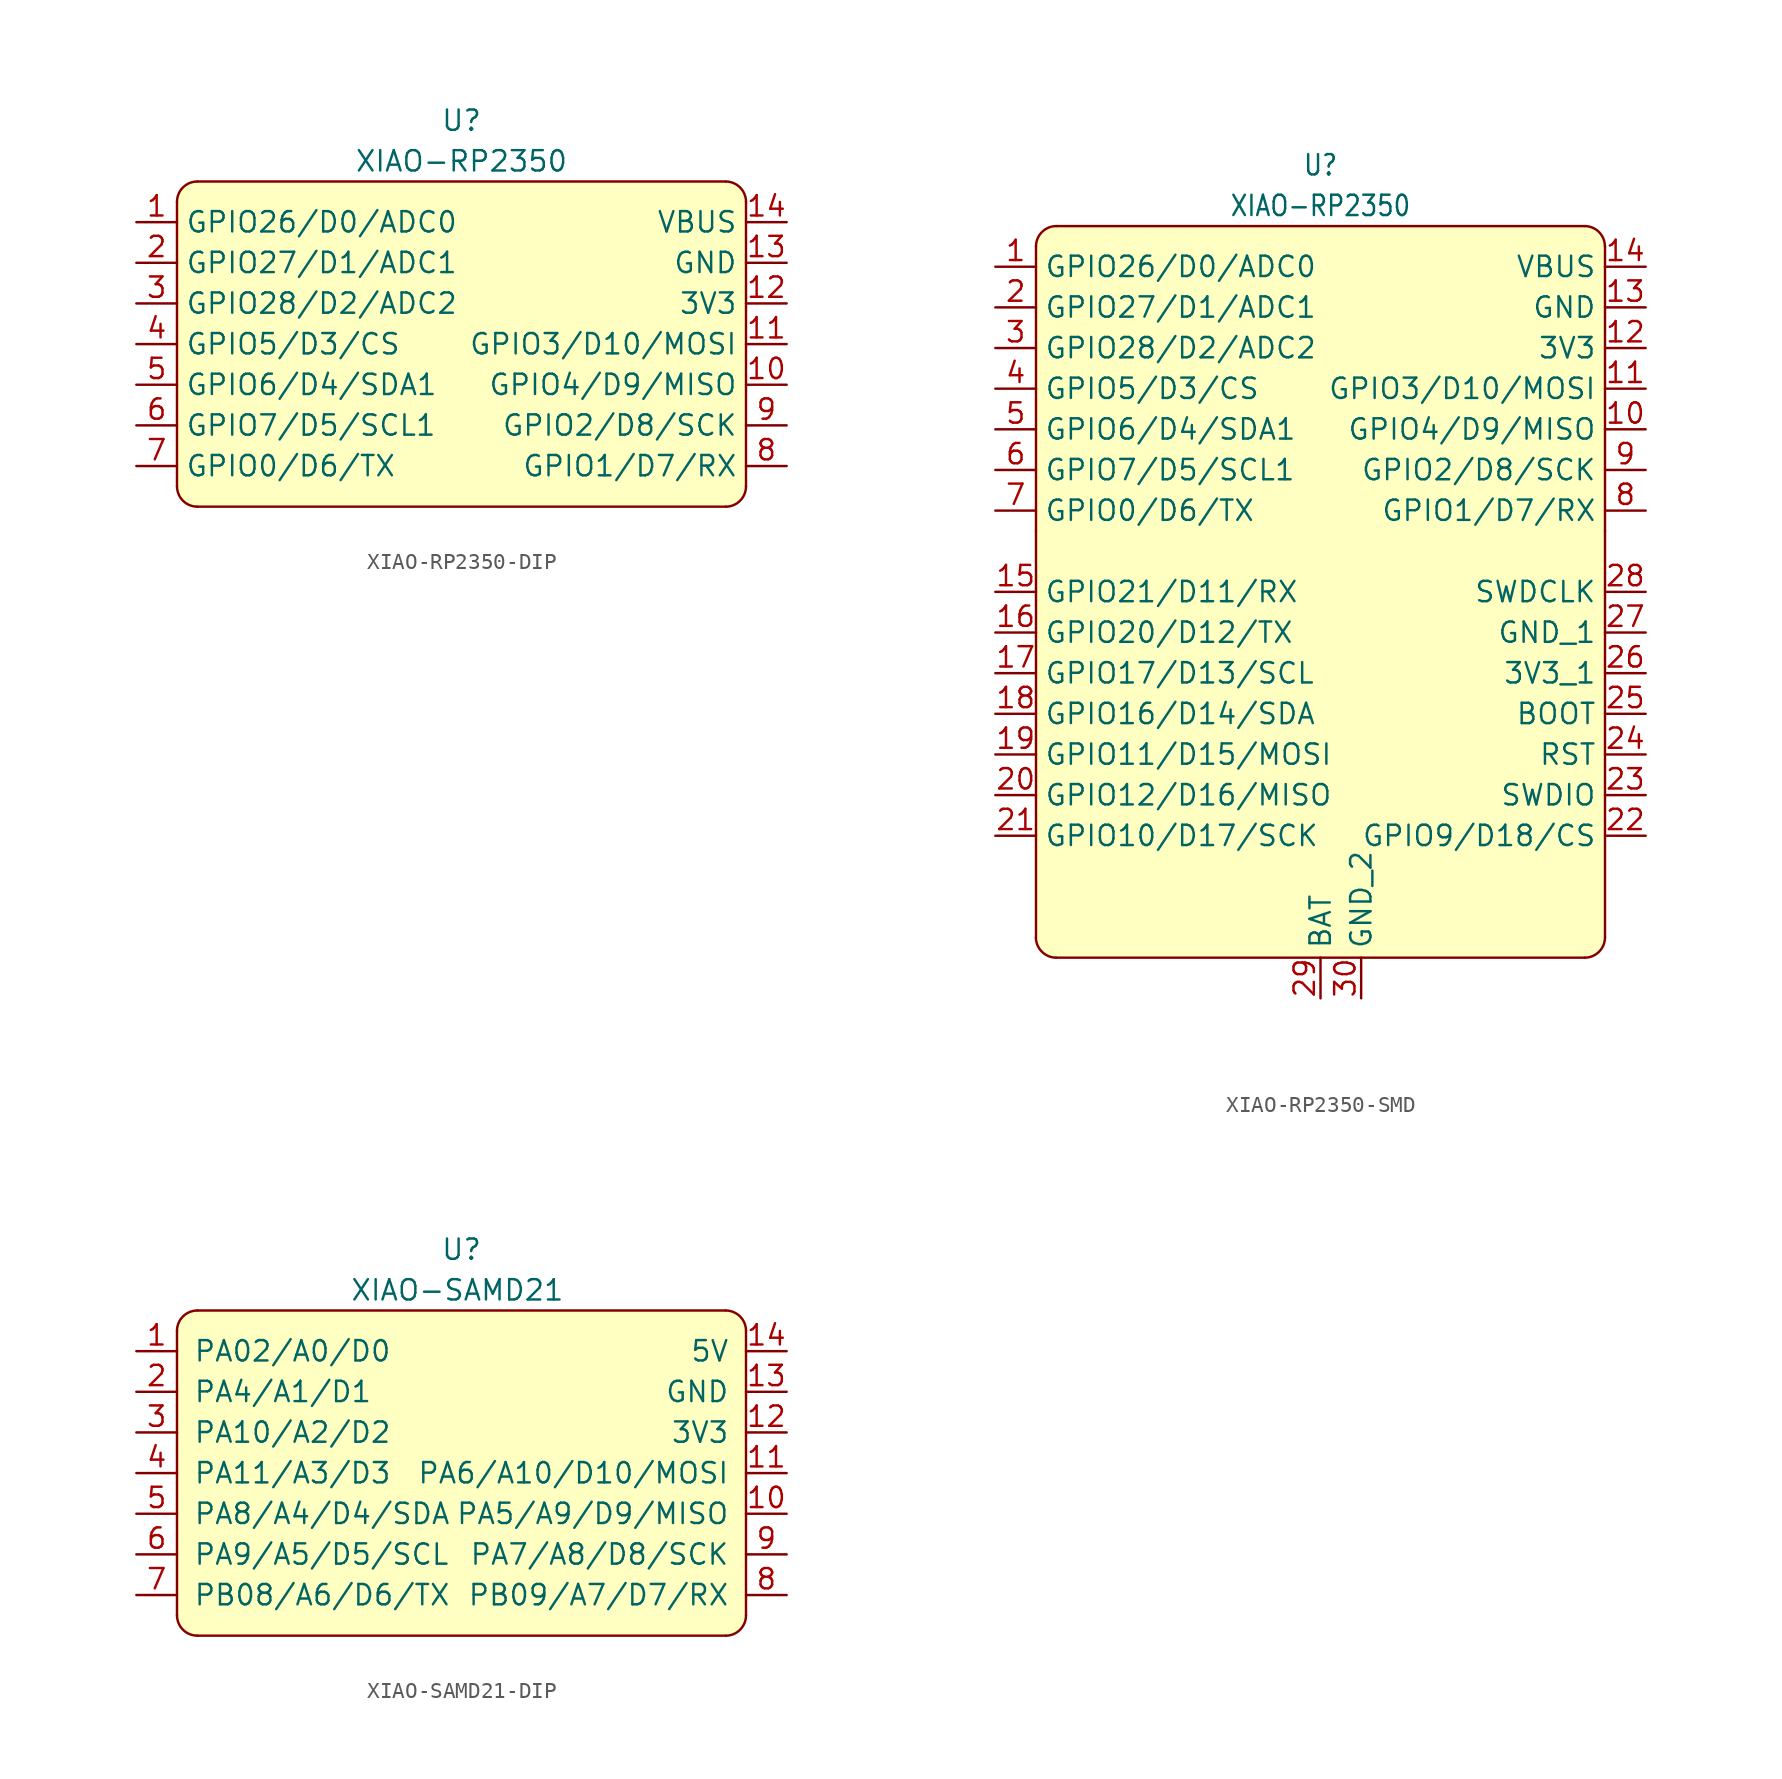
<source format=kicad_sym>
(kicad_symbol_lib
  (version 20241209)
  (generator "kicad_symbol_editor")
  (generator_version "9.0")
  (symbol "XIAO-RP2350-DIP"
    (property "Reference" "U"
      (at 0 13.97 0)
      (effects (font (size 1.27 1.27))))
    (property "Value" "XIAO-RP2350"
      (at 0 11.43 0)
      (effects (font (size 1.27 1.27))))
    (symbol "XIAO-RP2350-DIP_1_0"
      (pin passive line (at -20.32 7.62 0) (length 2.54) (name "GPIO26/D0/ADC0" (effects (font (size 1.27 1.27)))) (number "1" (effects (font (size 1.27 1.27)))))
      (pin passive line (at -20.32 5.08 0) (length 2.54) (name "GPIO27/D1/ADC1" (effects (font (size 1.27 1.27)))) (number "2" (effects (font (size 1.27 1.27)))))
      (pin passive line (at -20.32 2.54 0) (length 2.54) (name "GPIO28/D2/ADC2" (effects (font (size 1.27 1.27)))) (number "3" (effects (font (size 1.27 1.27)))))
      (pin passive line (at -20.32 0 0) (length 2.54) (name "GPIO5/D3/CS" (effects (font (size 1.27 1.27)))) (number "4" (effects (font (size 1.27 1.27)))))
      (pin passive line (at -20.32 -2.54 0) (length 2.54) (name "GPIO6/D4/SDA1" (effects (font (size 1.27 1.27)))) (number "5" (effects (font (size 1.27 1.27)))))
      (pin passive line (at -20.32 -5.08 0) (length 2.54) (name "GPIO7/D5/SCL1" (effects (font (size 1.27 1.27)))) (number "6" (effects (font (size 1.27 1.27)))))
      (pin passive line (at -20.32 -7.62 0) (length 2.54) (name "GPIO0/D6/TX" (effects (font (size 1.27 1.27)))) (number "7" (effects (font (size 1.27 1.27)))))
      (pin passive line (at 20.32 7.62 180) (length 2.54) (name "VBUS" (effects (font (size 1.27 1.27)))) (number "14" (effects (font (size 1.27 1.27)))))
      (pin passive line (at 20.32 5.08 180) (length 2.54) (name "GND" (effects (font (size 1.27 1.27)))) (number "13" (effects (font (size 1.27 1.27)))))
      (pin passive line (at 20.32 2.54 180) (length 2.54) (name "3V3" (effects (font (size 1.27 1.27)))) (number "12" (effects (font (size 1.27 1.27)))))
      (pin passive line (at 20.32 0 180) (length 2.54) (name "GPIO3/D10/MOSI" (effects (font (size 1.27 1.27)))) (number "11" (effects (font (size 1.27 1.27)))))
      (pin passive line (at 20.32 -2.54 180) (length 2.54) (name "GPIO4/D9/MISO" (effects (font (size 1.27 1.27)))) (number "10" (effects (font (size 1.27 1.27)))))
      (pin passive line (at 20.32 -5.08 180) (length 2.54) (name "GPIO2/D8/SCK" (effects (font (size 1.27 1.27)))) (number "9" (effects (font (size 1.27 1.27)))))
      (pin passive line (at 20.32 -7.62 180) (length 2.54) (name "GPIO1/D7/RX" (effects (font (size 1.27 1.27)))) (number "8" (effects (font (size 1.27 1.27))))))
    (symbol "XIAO-RP2350-DIP_1_1"
      (rectangle (start -17.78 8.89) (end 17.78 -8.89) (stroke (width -0.0001) (type solid)) (fill (type background)))
      (polyline (pts (xy -17.78 -8.89) (xy -17.78 8.89)) (stroke (width 0) (type default)) (fill (type none)))
      (rectangle (start -16.51 10.16) (end 16.51 8.89) (stroke (width -0.0001) (type solid)) (fill (type background)))
      (polyline (pts (xy -16.51 10.16) (xy 16.51 10.16)) (stroke (width 0) (type default)) (fill (type none)))
      (circle (center -16.51 8.89) (radius 1.27) (stroke (width -0.0001) (type solid)) (fill (type background)))
      (circle (center -16.51 -8.89) (radius 1.27) (stroke (width -0.0001) (type solid)) (fill (type background)))
      (rectangle (start -16.51 -8.89) (end 16.51 -10.16) (stroke (width -0.0001) (type solid)) (fill (type background)))
      (polyline (pts (xy -16.51 -10.16) (xy 16.51 -10.16)) (stroke (width 0) (type default)) (fill (type none)))
      (arc (start -17.78 8.89) (mid -17.408 9.788) (end -16.51 10.16) (stroke (width 0) (type default)) (fill (type none)))
      (arc (start -16.51 -10.16) (mid -17.408 -9.788) (end -17.78 -8.89) (stroke (width 0) (type default)) (fill (type none)))
      (arc (start 16.51 10.16) (mid 17.408 9.788) (end 17.78 8.89) (stroke (width 0) (type default)) (fill (type none)))
      (circle (center 16.51 8.89) (radius 1.27) (stroke (width -0.0001) (type solid)) (fill (type background)))
      (circle (center 16.51 -8.89) (radius 1.27) (stroke (width -0.0001) (type solid)) (fill (type background)))
      (arc (start 17.78 -8.89) (mid 17.408 -9.788) (end 16.51 -10.16) (stroke (width 0) (type default)) (fill (type none)))
      (polyline (pts (xy 17.78 -8.89) (xy 17.78 8.89)) (stroke (width 0) (type default)) (fill (type none)))))
  (symbol "XIAO-RP2350-SMD"
    (property "Reference" "U"
      (at 0 13.97 0)
      (effects (font (size 1.27 1.079))))
    (property "Value" "XIAO-RP2350"
      (at 0 11.43 0)
      (effects (font (size 1.27 1.079))))
    (symbol "XIAO-RP2350-SMD_0_1"
      (polyline (pts (xy -17.78 -8.89) (xy -17.78 -34.29)) (stroke (width 0) (type default)) (fill (type none)))
      (polyline (pts (xy 17.78 -8.89) (xy 17.78 -34.29)) (stroke (width 0) (type default)) (fill (type none))))
    (symbol "XIAO-RP2350-SMD_1_0"
      (pin passive line (at -20.32 7.62 0) (length 2.54) (name "GPIO26/D0/ADC0" (effects (font (size 1.27 1.27)))) (number "1" (effects (font (size 1.27 1.27)))))
      (pin passive line (at -20.32 5.08 0) (length 2.54) (name "GPIO27/D1/ADC1" (effects (font (size 1.27 1.27)))) (number "2" (effects (font (size 1.27 1.27)))))
      (pin passive line (at -20.32 2.54 0) (length 2.54) (name "GPIO28/D2/ADC2" (effects (font (size 1.27 1.27)))) (number "3" (effects (font (size 1.27 1.27)))))
      (pin passive line (at -20.32 0 0) (length 2.54) (name "GPIO5/D3/CS" (effects (font (size 1.27 1.27)))) (number "4" (effects (font (size 1.27 1.27)))))
      (pin passive line (at -20.32 -2.54 0) (length 2.54) (name "GPIO6/D4/SDA1" (effects (font (size 1.27 1.27)))) (number "5" (effects (font (size 1.27 1.27)))))
      (pin passive line (at -20.32 -5.08 0) (length 2.54) (name "GPIO7/D5/SCL1" (effects (font (size 1.27 1.27)))) (number "6" (effects (font (size 1.27 1.27)))))
      (pin passive line (at -20.32 -7.62 0) (length 2.54) (name "GPIO0/D6/TX" (effects (font (size 1.27 1.27)))) (number "7" (effects (font (size 1.27 1.27)))))
      (pin passive line (at 20.32 7.62 180) (length 2.54) (name "VBUS" (effects (font (size 1.27 1.27)))) (number "14" (effects (font (size 1.27 1.27)))))
      (pin passive line (at 20.32 5.08 180) (length 2.54) (name "GND" (effects (font (size 1.27 1.27)))) (number "13" (effects (font (size 1.27 1.27)))))
      (pin passive line (at 20.32 2.54 180) (length 2.54) (name "3V3" (effects (font (size 1.27 1.27)))) (number "12" (effects (font (size 1.27 1.27)))))
      (pin passive line (at 20.32 0 180) (length 2.54) (name "GPIO3/D10/MOSI" (effects (font (size 1.27 1.27)))) (number "11" (effects (font (size 1.27 1.27)))))
      (pin passive line (at 20.32 -2.54 180) (length 2.54) (name "GPIO4/D9/MISO" (effects (font (size 1.27 1.27)))) (number "10" (effects (font (size 1.27 1.27)))))
      (pin passive line (at 20.32 -5.08 180) (length 2.54) (name "GPIO2/D8/SCK" (effects (font (size 1.27 1.27)))) (number "9" (effects (font (size 1.27 1.27)))))
      (pin passive line (at 20.32 -7.62 180) (length 2.54) (name "GPIO1/D7/RX" (effects (font (size 1.27 1.27)))) (number "8" (effects (font (size 1.27 1.27))))))
    (symbol "XIAO-RP2350-SMD_1_1"
      (rectangle (start -17.78 8.89) (end 17.78 -34.29) (stroke (width -0.0001) (type solid)) (fill (type background)))
      (polyline (pts (xy -17.78 -8.89) (xy -17.78 8.89)) (stroke (width 0) (type default)) (fill (type none)))
      (rectangle (start -16.51 10.16) (end 16.51 8.89) (stroke (width -0.0001) (type solid)) (fill (type background)))
      (polyline (pts (xy -16.51 10.16) (xy 16.51 10.16)) (stroke (width 0) (type default)) (fill (type none)))
      (circle (center -16.51 8.89) (radius 1.27) (stroke (width -0.0001) (type solid)) (fill (type background)))
      (circle (center -16.51 -34.29) (radius 1.27) (stroke (width -0.0001) (type solid)) (fill (type background)))
      (rectangle (start -16.51 -34.29) (end 16.51 -35.56) (stroke (width -0.0001) (type solid)) (fill (type background)))
      (polyline (pts (xy -16.51 -35.56) (xy 16.51 -35.56)) (stroke (width 0) (type default)) (fill (type none)))
      (arc (start -17.78 8.89) (mid -17.408 9.788) (end -16.51 10.16) (stroke (width 0) (type default)) (fill (type none)))
      (arc (start -16.51 -35.56) (mid -17.408 -35.188) (end -17.78 -34.29) (stroke (width 0) (type default)) (fill (type none)))
      (arc (start 16.51 10.16) (mid 17.408 9.788) (end 17.78 8.89) (stroke (width 0) (type default)) (fill (type none)))
      (circle (center 16.51 8.89) (radius 1.27) (stroke (width -0.0001) (type solid)) (fill (type background)))
      (circle (center 16.51 -34.29) (radius 1.27) (stroke (width -0.0001) (type solid)) (fill (type background)))
      (arc (start 17.78 -34.29) (mid 17.408 -35.188) (end 16.51 -35.56) (stroke (width 0) (type default)) (fill (type none)))
      (polyline (pts (xy 17.78 -8.89) (xy 17.78 8.89)) (stroke (width 0) (type default)) (fill (type none)))
      (pin passive line (at -20.32 -12.7 0) (length 2.54) (name "GPIO21/D11/RX" (effects (font (size 1.27 1.27)))) (number "15" (effects (font (size 1.27 1.27)))))
      (pin passive line (at -20.32 -15.24 0) (length 2.54) (name "GPIO20/D12/TX" (effects (font (size 1.27 1.27)))) (number "16" (effects (font (size 1.27 1.27)))))
      (pin passive line (at -20.32 -17.78 0) (length 2.54) (name "GPIO17/D13/SCL" (effects (font (size 1.27 1.27)))) (number "17" (effects (font (size 1.27 1.27)))))
      (pin passive line (at -20.32 -20.32 0) (length 2.54) (name "GPIO16/D14/SDA" (effects (font (size 1.27 1.27)))) (number "18" (effects (font (size 1.27 1.27)))))
      (pin passive line (at -20.32 -22.86 0) (length 2.54) (name "GPIO11/D15/MOSI" (effects (font (size 1.27 1.27)))) (number "19" (effects (font (size 1.27 1.27)))))
      (pin passive line (at -20.32 -25.4 0) (length 2.54) (name "GPIO12/D16/MISO" (effects (font (size 1.27 1.27)))) (number "20" (effects (font (size 1.27 1.27)))))
      (pin passive line (at -20.32 -27.94 0) (length 2.54) (name "GPIO10/D17/SCK" (effects (font (size 1.27 1.27)))) (number "21" (effects (font (size 1.27 1.27)))))
      (pin passive line (at 0 -38.1 90) (length 2.54) (name "BAT" (effects (font (size 1.27 1.27)))) (number "29" (effects (font (size 1.27 1.27)))))
      (pin passive line (at 2.54 -38.1 90) (length 2.54) (name "GND_2" (effects (font (size 1.27 1.27)))) (number "30" (effects (font (size 1.27 1.27)))))
      (pin passive line (at 20.32 -12.7 180) (length 2.54) (name "SWDCLK" (effects (font (size 1.27 1.27)))) (number "28" (effects (font (size 1.27 1.27)))))
      (pin passive line (at 20.32 -15.24 180) (length 2.54) (name "GND_1" (effects (font (size 1.27 1.27)))) (number "27" (effects (font (size 1.27 1.27)))))
      (pin passive line (at 20.32 -17.78 180) (length 2.54) (name "3V3_1" (effects (font (size 1.27 1.27)))) (number "26" (effects (font (size 1.27 1.27)))))
      (pin passive line (at 20.32 -20.32 180) (length 2.54) (name "BOOT" (effects (font (size 1.27 1.27)))) (number "25" (effects (font (size 1.27 1.27)))))
      (pin passive line (at 20.32 -22.86 180) (length 2.54) (name "RST" (effects (font (size 1.27 1.27)))) (number "24" (effects (font (size 1.27 1.27)))))
      (pin passive line (at 20.32 -25.4 180) (length 2.54) (name "SWDIO" (effects (font (size 1.27 1.27)))) (number "23" (effects (font (size 1.27 1.27)))))
      (pin passive line (at 20.32 -27.94 180) (length 2.54) (name "GPIO9/D18/CS" (effects (font (size 1.27 1.27)))) (number "22" (effects (font (size 1.27 1.27)))))))
  (symbol "XIAO-SAMD21-DIP"
    (pin_names
      (offset 1.016))
    (property "Reference" "U"
      (at 0 13.97 0)
      (effects (font (size 1.27 1.27))))
    (property "Value" "XIAO-SAMD21"
      (at -0.254 11.43 0)
      (effects (font (size 1.27 1.27))))
    (symbol "XIAO-SAMD21-DIP_1_1"
      (rectangle (start -17.78 8.89) (end 17.78 -8.89) (stroke (width -0.0001) (type solid)) (fill (type background)))
      (polyline (pts (xy -17.78 -8.89) (xy -17.78 8.89)) (stroke (width 0) (type default)) (fill (type none)))
      (rectangle (start -16.51 10.16) (end 16.51 8.89) (stroke (width -0.0001) (type solid)) (fill (type background)))
      (polyline (pts (xy -16.51 10.16) (xy 16.51 10.16)) (stroke (width 0) (type default)) (fill (type none)))
      (circle (center -16.51 8.89) (radius 1.27) (stroke (width -0.0001) (type solid)) (fill (type background)))
      (circle (center -16.51 -8.89) (radius 1.27) (stroke (width -0.0001) (type solid)) (fill (type background)))
      (rectangle (start -16.51 -8.89) (end 16.51 -10.16) (stroke (width -0.0001) (type solid)) (fill (type background)))
      (polyline (pts (xy -16.51 -10.16) (xy 16.51 -10.16)) (stroke (width 0) (type default)) (fill (type none)))
      (arc (start -17.78 8.89) (mid -17.408 9.788) (end -16.51 10.16) (stroke (width 0) (type default)) (fill (type none)))
      (arc (start -16.51 -10.16) (mid -17.408 -9.788) (end -17.78 -8.89) (stroke (width 0) (type default)) (fill (type none)))
      (arc (start 16.51 10.16) (mid 17.408 9.788) (end 17.78 8.89) (stroke (width 0) (type default)) (fill (type none)))
      (circle (center 16.51 8.89) (radius 1.27) (stroke (width -0.0001) (type solid)) (fill (type background)))
      (circle (center 16.51 -8.89) (radius 1.27) (stroke (width -0.0001) (type solid)) (fill (type background)))
      (arc (start 17.78 -8.89) (mid 17.408 -9.788) (end 16.51 -10.16) (stroke (width 0) (type default)) (fill (type none)))
      (polyline (pts (xy 17.78 -8.89) (xy 17.78 8.89)) (stroke (width 0) (type default)) (fill (type none)))
      (pin passive line (at -20.32 7.62 0) (length 2.54) (name "PA02/A0/D0" (effects (font (size 1.27 1.27)))) (number "1" (effects (font (size 1.27 1.27)))))
      (pin passive line (at -20.32 5.08 0) (length 2.54) (name "PA4/A1/D1" (effects (font (size 1.27 1.27)))) (number "2" (effects (font (size 1.27 1.27)))))
      (pin passive line (at -20.32 2.54 0) (length 2.54) (name "PA10/A2/D2" (effects (font (size 1.27 1.27)))) (number "3" (effects (font (size 1.27 1.27)))))
      (pin passive line (at -20.32 0 0) (length 2.54) (name "PA11/A3/D3" (effects (font (size 1.27 1.27)))) (number "4" (effects (font (size 1.27 1.27)))))
      (pin passive line (at -20.32 -2.54 0) (length 2.54) (name "PA8/A4/D4/SDA" (effects (font (size 1.27 1.27)))) (number "5" (effects (font (size 1.27 1.27)))))
      (pin passive line (at -20.32 -5.08 0) (length 2.54) (name "PA9/A5/D5/SCL" (effects (font (size 1.27 1.27)))) (number "6" (effects (font (size 1.27 1.27)))))
      (pin passive line (at -20.32 -7.62 0) (length 2.54) (name "PB08/A6/D6/TX" (effects (font (size 1.27 1.27)))) (number "7" (effects (font (size 1.27 1.27)))))
      (pin passive line (at 20.32 7.62 180) (length 2.54) (name "5V" (effects (font (size 1.27 1.27)))) (number "14" (effects (font (size 1.27 1.27)))))
      (pin passive line (at 20.32 5.08 180) (length 2.54) (name "GND" (effects (font (size 1.27 1.27)))) (number "13" (effects (font (size 1.27 1.27)))))
      (pin passive line (at 20.32 2.54 180) (length 2.54) (name "3V3" (effects (font (size 1.27 1.27)))) (number "12" (effects (font (size 1.27 1.27)))))
      (pin passive line (at 20.32 0 180) (length 2.54) (name "PA6/A10/D10/MOSI" (effects (font (size 1.27 1.27)))) (number "11" (effects (font (size 1.27 1.27)))))
      (pin passive line (at 20.32 -2.54 180) (length 2.54) (name "PA5/A9/D9/MISO" (effects (font (size 1.27 1.27)))) (number "10" (effects (font (size 1.27 1.27)))))
      (pin passive line (at 20.32 -5.08 180) (length 2.54) (name "PA7/A8/D8/SCK" (effects (font (size 1.27 1.27)))) (number "9" (effects (font (size 1.27 1.27)))))
      (pin passive line (at 20.32 -7.62 180) (length 2.54) (name "PB09/A7/D7/RX" (effects (font (size 1.27 1.27)))) (number "8" (effects (font (size 1.27 1.27))))))))
</source>
